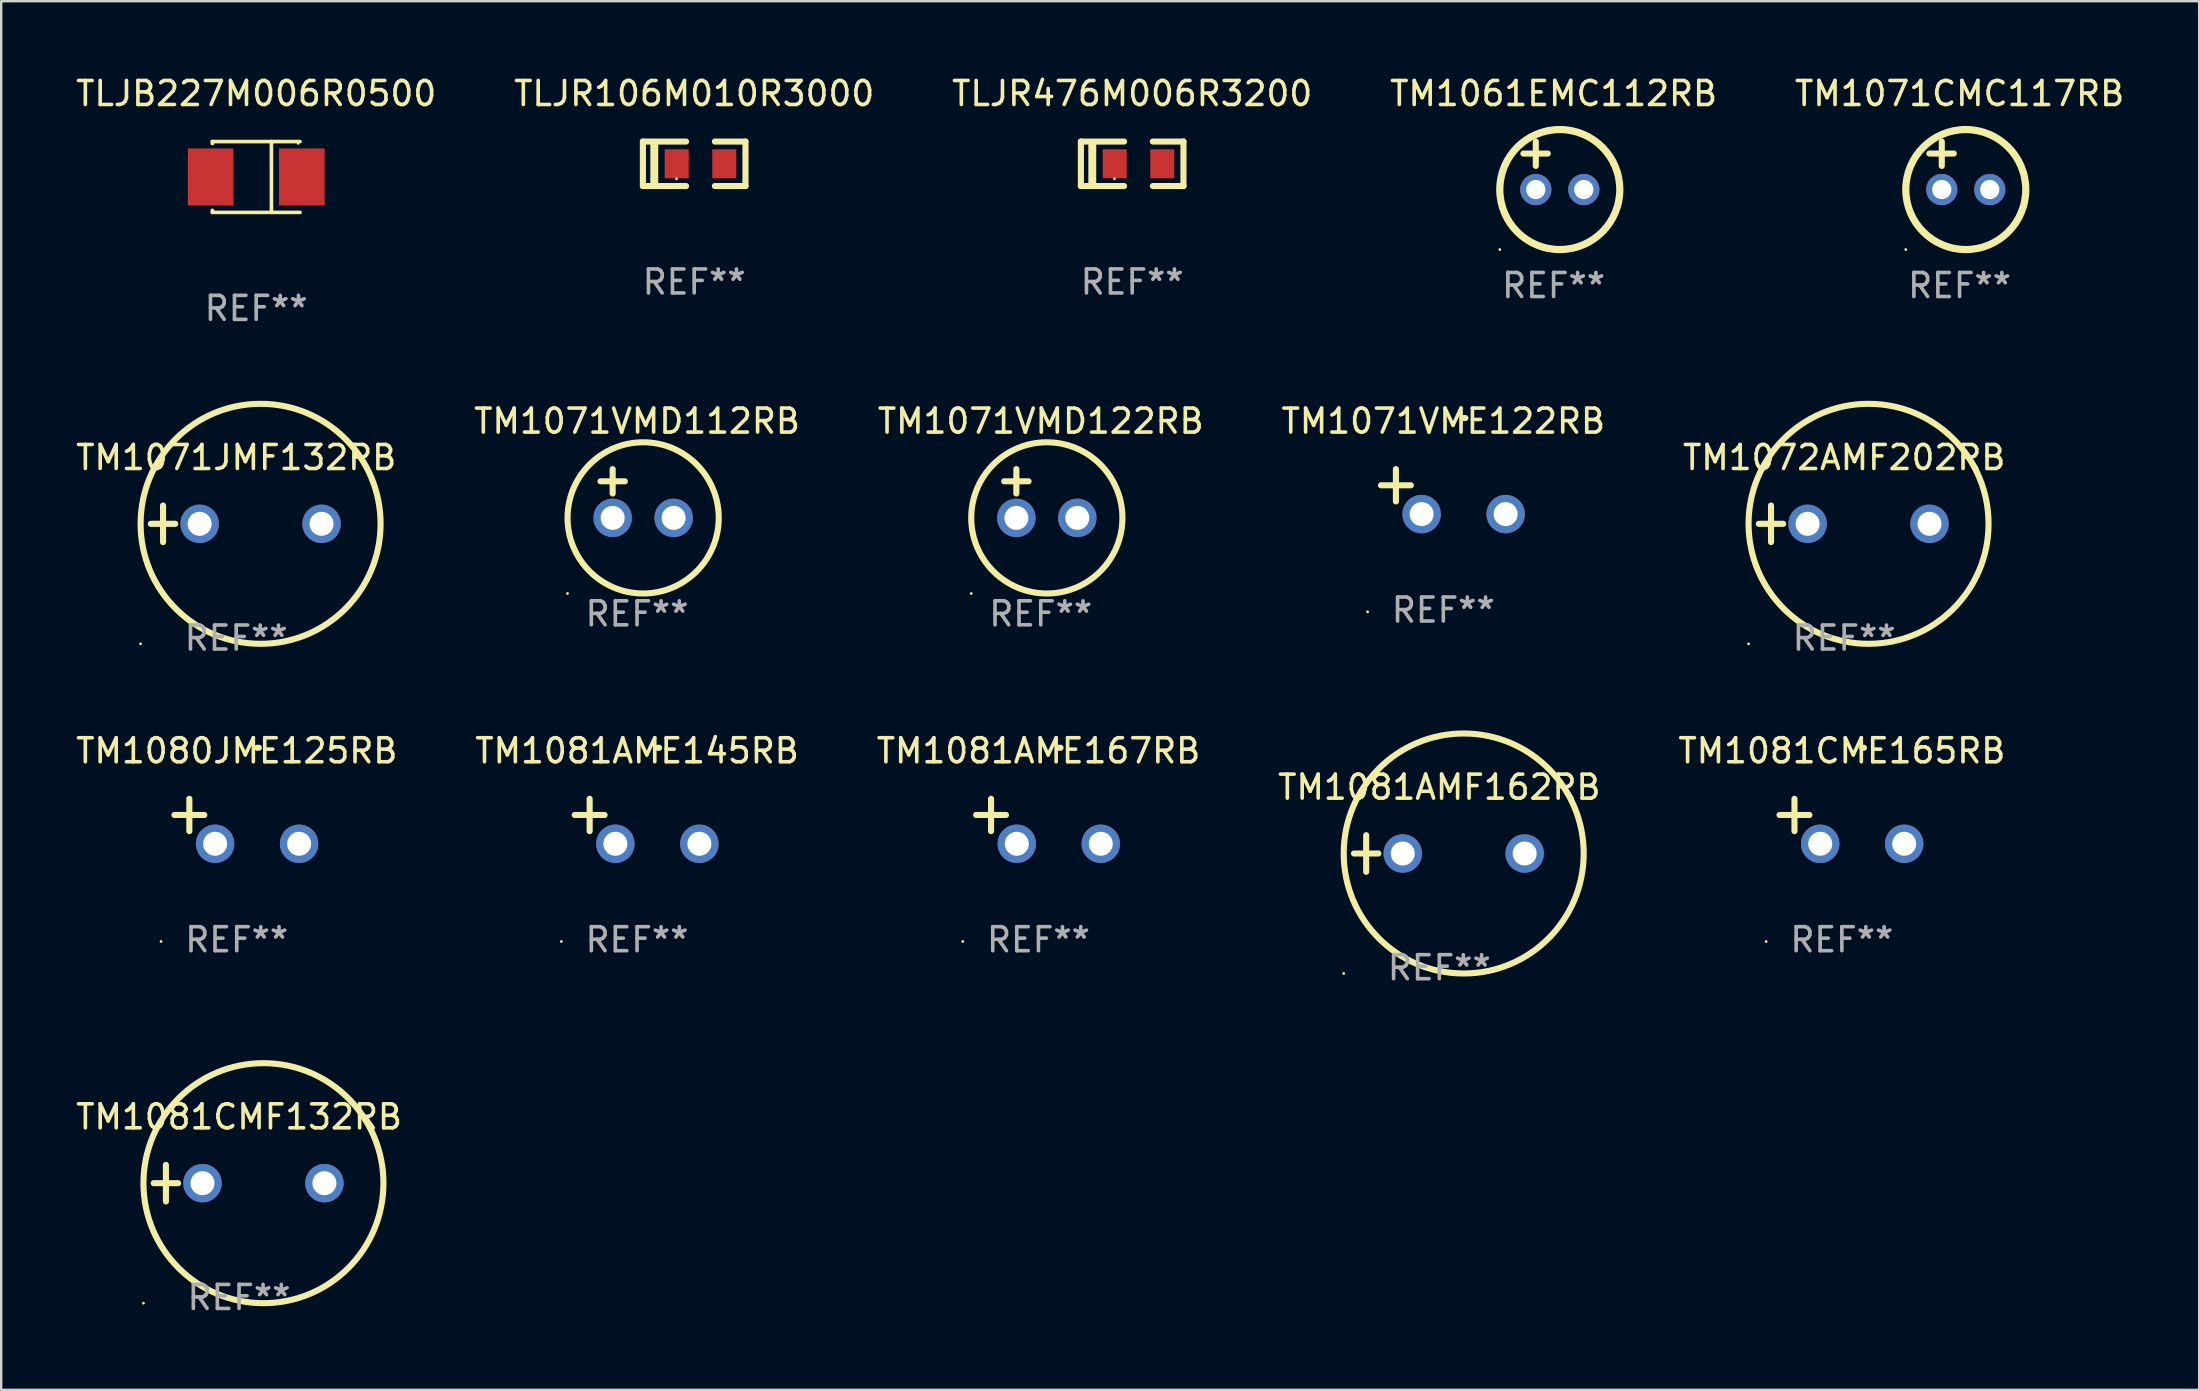
<source format=kicad_pcb>
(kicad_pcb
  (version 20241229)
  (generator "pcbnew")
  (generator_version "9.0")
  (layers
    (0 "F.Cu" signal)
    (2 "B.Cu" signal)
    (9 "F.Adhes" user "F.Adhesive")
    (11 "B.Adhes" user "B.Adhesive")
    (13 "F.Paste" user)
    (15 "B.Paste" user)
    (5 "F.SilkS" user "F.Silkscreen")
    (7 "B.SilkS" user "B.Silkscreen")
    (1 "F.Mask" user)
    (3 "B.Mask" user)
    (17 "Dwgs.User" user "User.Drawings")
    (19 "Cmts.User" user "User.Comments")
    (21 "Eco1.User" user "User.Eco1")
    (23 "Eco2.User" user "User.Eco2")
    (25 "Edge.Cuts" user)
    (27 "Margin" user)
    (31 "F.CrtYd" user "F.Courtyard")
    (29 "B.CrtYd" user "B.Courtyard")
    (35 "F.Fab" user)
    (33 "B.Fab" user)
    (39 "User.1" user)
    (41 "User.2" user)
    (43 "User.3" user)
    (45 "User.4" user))
  (footprint "TLJR476M006R3200"
    (layer "F.Cu")
    (at 44.125 3.775)
    (property "Reference" "TLJR476M006R3200" (at 0 -2.927 0) (layer "F.SilkS") (effects (font (size 1 1) (thickness 0.15))))
    (attr through_hole)
    (fp_line (start -2.137 0.927) (end -2.137 -0.927) (stroke (width 0.254) (type solid)) (layer "F.SilkS"))
    (fp_line (start -1.662 0.874) (end -1.662 -0.874) (stroke (width 0.33) (type solid)) (layer "F.SilkS"))
    (fp_line (start -0.337 -0.927) (end -2.137 -0.927) (stroke (width 0.254) (type solid)) (layer "F.SilkS"))
    (fp_line (start -0.337 0.927) (end -2.137 0.927) (stroke (width 0.254) (type solid)) (layer "F.SilkS"))
    (fp_line (start 0.862 0.927) (end 2.137 0.927) (stroke (width 0.254) (type solid)) (layer "F.SilkS"))
    (fp_line (start 2.137 -0.927) (end 0.862 -0.927) (stroke (width 0.254) (type solid)) (layer "F.SilkS"))
    (fp_line (start 2.137 0.927) (end 2.137 -0.927) (stroke (width 0.254) (type solid)) (layer "F.SilkS"))
    (fp_circle (center -0.737 0.625) (end -0.707 0.625) (stroke (width 0.06) (type solid)) (fill no) (layer "F.SilkS"))
    (fp_text user "REF**" (at 0 4.927 0) (layer "F.Fab") (effects (font (size 1 1) (thickness 0.15))))
    (pad "1" smd rect (at -0.728 0) (size 1 1.207) (layers "F.Cu" "F.Mask" "F.Paste"))
    (pad "2" smd rect (at 1.253 0) (size 1 1.207) (layers "F.Cu" "F.Mask" "F.Paste")))
  (footprint "TM1061EMC112RB"
    (layer "F.Cu")
    (at 61.685 3.848)
    (property "Reference" "TM1061EMC112RB" (at 0 -3 0) (layer "F.SilkS") (effects (font (size 1 1) (thickness 0.15))))
    (attr through_hole)
    (fp_line (start -1.258 -0.5) (end -0.242 -0.5) (stroke (width 0.254) (type solid)) (layer "F.SilkS"))
    (fp_line (start -0.742 -1) (end -0.742 0.016) (stroke (width 0.254) (type solid)) (layer "F.SilkS"))
    (fp_circle (center -2.242 3.5) (end -2.212 3.5) (stroke (width 0.06) (type solid)) (fill no) (layer "F.SilkS"))
    (fp_circle (center 0.258 1) (end 2.758 1) (stroke (width 0.3) (type solid)) (fill no) (layer "F.SilkS"))
    (fp_text user "REF**" (at 0 5 0) (layer "F.Fab") (effects (font (size 1 1) (thickness 0.15))))
    (pad "1" thru_hole circle (at -0.742 1) (size 1.3 1.3) (drill 0.8) (layers "*.Cu" "*.Mask"))
    (pad "2" thru_hole circle (at 1.258 1) (size 1.3 1.3) (drill 0.8) (layers "*.Cu" "*.Mask")))
  (footprint "TM1081AME145RB"
    (layer "F.Cu")
    (at 23.494 31.171)
    (property "Reference" "TM1081AME145RB" (at 0 -2.937 0) (layer "F.SilkS") (effects (font (size 1 1) (thickness 0.15))))
    (attr through_hole)
    (fp_line (start -1.975 0.41) (end -1.975 -0.937) (stroke (width 0.254) (type solid)) (layer "F.SilkS"))
    (fp_line (start -1.353 -0.263) (end -2.597 -0.263) (stroke (width 0.254) (type solid)) (layer "F.SilkS"))
    (fp_arc (start 0.849809 -3.063957) (mid 0.885369 -3.064114) (end 0.920929 -3.063957) (stroke (width 0.254001) (type solid)) (layer "F.SilkS"))
    (fp_circle (center -3.154 5.008) (end -3.124 5.008) (stroke (width 0.06) (type solid)) (fill no) (layer "F.SilkS"))
    (fp_text user "REF**" (at 0 4.937 0) (layer "F.Fab") (effects (font (size 1 1) (thickness 0.15))))
    (pad "1" thru_hole circle (at -0.903 0.937) (size 1.6 1.6) (drill 1) (layers "*.Cu" "*.Mask"))
    (pad "2" thru_hole circle (at 2.597 0.937) (size 1.6 1.6) (drill 1) (layers "*.Cu" "*.Mask")))
  (footprint "TM1071CMC117RB"
    (layer "F.Cu")
    (at 78.601 3.848)
    (property "Reference" "TM1071CMC117RB" (at 0 -3 0) (layer "F.SilkS") (effects (font (size 1 1) (thickness 0.15))))
    (attr through_hole)
    (fp_line (start -1.258 -0.5) (end -0.242 -0.5) (stroke (width 0.254) (type solid)) (layer "F.SilkS"))
    (fp_line (start -0.742 -1) (end -0.742 0.016) (stroke (width 0.254) (type solid)) (layer "F.SilkS"))
    (fp_circle (center -2.242 3.5) (end -2.212 3.5) (stroke (width 0.06) (type solid)) (fill no) (layer "F.SilkS"))
    (fp_circle (center 0.258 1) (end 2.758 1) (stroke (width 0.3) (type solid)) (fill no) (layer "F.SilkS"))
    (fp_text user "REF**" (at 0 5 0) (layer "F.Fab") (effects (font (size 1 1) (thickness 0.15))))
    (pad "1" thru_hole circle (at -0.742 1) (size 1.3 1.3) (drill 0.8) (layers "*.Cu" "*.Mask"))
    (pad "2" thru_hole circle (at 1.258 1) (size 1.3 1.3) (drill 0.8) (layers "*.Cu" "*.Mask")))
  (footprint "TM1081CMF132RB"
    (layer "F.Cu")
    (at 6.911 46.25)
    (property "Reference" "TM1081CMF132RB" (at 0 -2.762 0) (layer "F.SilkS") (effects (font (size 1 1) (thickness 0.15))))
    (attr through_hole)
    (fp_line (start -3.556 0) (end -2.54 0) (stroke (width 0.254) (type solid)) (layer "F.SilkS"))
    (fp_line (start -3.048 -0.762) (end -3.048 0.762) (stroke (width 0.254) (type solid)) (layer "F.SilkS"))
    (fp_circle (center -3.984 5) (end -3.954 5) (stroke (width 0.06) (type solid)) (fill no) (layer "F.SilkS"))
    (fp_circle (center 1.016 0) (end 6.016 0) (stroke (width 0.254) (type solid)) (fill no) (layer "F.SilkS"))
    (fp_text user "REF**" (at 0 4.762 0) (layer "F.Fab") (effects (font (size 1 1) (thickness 0.15))))
    (pad "1" thru_hole circle (at -1.524 0) (size 1.6 1.6) (drill 1) (layers "*.Cu" "*.Mask"))
    (pad "2" thru_hole circle (at 3.556 0) (size 1.6 1.6) (drill 1) (layers "*.Cu" "*.Mask")))
  (footprint "TM1072AMF202RB"
    (layer "F.Cu")
    (at 73.792 18.776)
    (property "Reference" "TM1072AMF202RB" (at 0 -2.762 0) (layer "F.SilkS") (effects (font (size 1 1) (thickness 0.15))))
    (attr through_hole)
    (fp_line (start -3.556 0) (end -2.54 0) (stroke (width 0.254) (type solid)) (layer "F.SilkS"))
    (fp_line (start -3.048 -0.762) (end -3.048 0.762) (stroke (width 0.254) (type solid)) (layer "F.SilkS"))
    (fp_circle (center -3.984 5) (end -3.954 5) (stroke (width 0.06) (type solid)) (fill no) (layer "F.SilkS"))
    (fp_circle (center 1.016 0) (end 6.016 0) (stroke (width 0.254) (type solid)) (fill no) (layer "F.SilkS"))
    (fp_text user "REF**" (at 0 4.762 0) (layer "F.Fab") (effects (font (size 1 1) (thickness 0.15))))
    (pad "1" thru_hole circle (at -1.524 0) (size 1.6 1.6) (drill 1) (layers "*.Cu" "*.Mask"))
    (pad "2" thru_hole circle (at 3.556 0) (size 1.6 1.6) (drill 1) (layers "*.Cu" "*.Mask")))
  (footprint "TM1081AMF162RB"
    (layer "F.Cu")
    (at 56.923 32.513)
    (property "Reference" "TM1081AMF162RB" (at 0 -2.762 0) (layer "F.SilkS") (effects (font (size 1 1) (thickness 0.15))))
    (attr through_hole)
    (fp_line (start -3.556 0) (end -2.54 0) (stroke (width 0.254) (type solid)) (layer "F.SilkS"))
    (fp_line (start -3.048 -0.762) (end -3.048 0.762) (stroke (width 0.254) (type solid)) (layer "F.SilkS"))
    (fp_circle (center -3.984 5) (end -3.954 5) (stroke (width 0.06) (type solid)) (fill no) (layer "F.SilkS"))
    (fp_circle (center 1.016 0) (end 6.016 0) (stroke (width 0.254) (type solid)) (fill no) (layer "F.SilkS"))
    (fp_text user "REF**" (at 0 4.762 0) (layer "F.Fab") (effects (font (size 1 1) (thickness 0.15))))
    (pad "1" thru_hole circle (at -1.524 0) (size 1.6 1.6) (drill 1) (layers "*.Cu" "*.Mask"))
    (pad "2" thru_hole circle (at 3.556 0) (size 1.6 1.6) (drill 1) (layers "*.Cu" "*.Mask")))
  (footprint "TM1081CME165RB"
    (layer "F.Cu")
    (at 73.696 31.171)
    (property "Reference" "TM1081CME165RB" (at 0 -2.937 0) (layer "F.SilkS") (effects (font (size 1 1) (thickness 0.15))))
    (attr through_hole)
    (fp_line (start -1.975 0.41) (end -1.975 -0.937) (stroke (width 0.254) (type solid)) (layer "F.SilkS"))
    (fp_line (start -1.353 -0.263) (end -2.597 -0.263) (stroke (width 0.254) (type solid)) (layer "F.SilkS"))
    (fp_arc (start 0.849809 -3.063957) (mid 0.885369 -3.064114) (end 0.920929 -3.063957) (stroke (width 0.254001) (type solid)) (layer "F.SilkS"))
    (fp_circle (center -3.154 5.008) (end -3.124 5.008) (stroke (width 0.06) (type solid)) (fill no) (layer "F.SilkS"))
    (fp_text user "REF**" (at 0 4.937 0) (layer "F.Fab") (effects (font (size 1 1) (thickness 0.15))))
    (pad "1" thru_hole circle (at -0.903 0.937) (size 1.6 1.6) (drill 1) (layers "*.Cu" "*.Mask"))
    (pad "2" thru_hole circle (at 2.597 0.937) (size 1.6 1.6) (drill 1) (layers "*.Cu" "*.Mask")))
  (footprint "TM1071JMF132RB"
    (layer "F.Cu")
    (at 6.792 18.776)
    (property "Reference" "TM1071JMF132RB" (at 0 -2.762 0) (layer "F.SilkS") (effects (font (size 1 1) (thickness 0.15))))
    (attr through_hole)
    (fp_line (start -3.556 0) (end -2.54 0) (stroke (width 0.254) (type solid)) (layer "F.SilkS"))
    (fp_line (start -3.048 -0.762) (end -3.048 0.762) (stroke (width 0.254) (type solid)) (layer "F.SilkS"))
    (fp_circle (center -3.984 5) (end -3.954 5) (stroke (width 0.06) (type solid)) (fill no) (layer "F.SilkS"))
    (fp_circle (center 1.016 0) (end 6.016 0) (stroke (width 0.254) (type solid)) (fill no) (layer "F.SilkS"))
    (fp_text user "REF**" (at 0 4.762 0) (layer "F.Fab") (effects (font (size 1 1) (thickness 0.15))))
    (pad "1" thru_hole circle (at -1.524 0) (size 1.6 1.6) (drill 1) (layers "*.Cu" "*.Mask"))
    (pad "2" thru_hole circle (at 3.556 0) (size 1.6 1.6) (drill 1) (layers "*.Cu" "*.Mask")))
  (footprint "TM1081AME167RB"
    (layer "F.Cu")
    (at 40.22 31.171)
    (property "Reference" "TM1081AME167RB" (at 0 -2.937 0) (layer "F.SilkS") (effects (font (size 1 1) (thickness 0.15))))
    (attr through_hole)
    (fp_line (start -1.975 0.41) (end -1.975 -0.937) (stroke (width 0.254) (type solid)) (layer "F.SilkS"))
    (fp_line (start -1.353 -0.263) (end -2.597 -0.263) (stroke (width 0.254) (type solid)) (layer "F.SilkS"))
    (fp_arc (start 0.849809 -3.063957) (mid 0.885369 -3.064114) (end 0.920929 -3.063957) (stroke (width 0.254001) (type solid)) (layer "F.SilkS"))
    (fp_circle (center -3.154 5.008) (end -3.124 5.008) (stroke (width 0.06) (type solid)) (fill no) (layer "F.SilkS"))
    (fp_text user "REF**" (at 0 4.937 0) (layer "F.Fab") (effects (font (size 1 1) (thickness 0.15))))
    (pad "1" thru_hole circle (at -0.903 0.937) (size 1.6 1.6) (drill 1) (layers "*.Cu" "*.Mask"))
    (pad "2" thru_hole circle (at 2.597 0.937) (size 1.6 1.6) (drill 1) (layers "*.Cu" "*.Mask")))
  (footprint "TM1071VME122RB"
    (layer "F.Cu")
    (at 57.089 17.434)
    (property "Reference" "TM1071VME122RB" (at 0 -2.937 0) (layer "F.SilkS") (effects (font (size 1 1) (thickness 0.15))))
    (attr through_hole)
    (fp_line (start -1.975 0.41) (end -1.975 -0.937) (stroke (width 0.254) (type solid)) (layer "F.SilkS"))
    (fp_line (start -1.353 -0.263) (end -2.597 -0.263) (stroke (width 0.254) (type solid)) (layer "F.SilkS"))
    (fp_arc (start 0.849809 -3.063957) (mid 0.885369 -3.064114) (end 0.920929 -3.063957) (stroke (width 0.254001) (type solid)) (layer "F.SilkS"))
    (fp_circle (center -3.154 5.008) (end -3.124 5.008) (stroke (width 0.06) (type solid)) (fill no) (layer "F.SilkS"))
    (fp_text user "REF**" (at 0 4.937 0) (layer "F.Fab") (effects (font (size 1 1) (thickness 0.15))))
    (pad "1" thru_hole circle (at -0.903 0.937) (size 1.6 1.6) (drill 1) (layers "*.Cu" "*.Mask"))
    (pad "2" thru_hole circle (at 2.597 0.937) (size 1.6 1.6) (drill 1) (layers "*.Cu" "*.Mask")))
  (footprint "TLJB227M006R0500"
    (layer "F.Cu")
    (at 7.625 4.324)
    (property "Reference" "TLJB227M006R0500" (at 0 -3.476 0) (layer "F.SilkS") (effects (font (size 1 1) (thickness 0.15))))
    (attr through_hole)
    (fp_line (start -1.826 -1.476) (end -1.826 -1.391) (stroke (width 0.152) (type solid)) (layer "F.SilkS"))
    (fp_line (start -1.826 -1.476) (end 1.826 -1.476) (stroke (width 0.152) (type solid)) (layer "F.SilkS"))
    (fp_line (start -1.826 1.476) (end -1.826 1.391) (stroke (width 0.152) (type solid)) (layer "F.SilkS"))
    (fp_line (start -1.826 1.476) (end 1.826 1.476) (stroke (width 0.152) (type solid)) (layer "F.SilkS"))
    (fp_line (start 0.635 -1.476) (end 0.635 1.476) (stroke (width 0.152) (type solid)) (layer "F.SilkS"))
    (fp_circle (center 1.75 -1.4) (end 1.78 -1.4) (stroke (width 0.06) (type solid)) (fill no) (layer "F.SilkS"))
    (fp_text user "REF**" (at 0 5.476 0) (layer "F.Fab") (effects (font (size 1 1) (thickness 0.15))))
    (pad "1" smd rect (at 1.899 0) (size 1.9 2.376) (layers "F.Cu" "F.Mask" "F.Paste"))
    (pad "2" smd rect (at -1.899 0) (size 1.9 2.376) (layers "F.Cu" "F.Mask" "F.Paste")))
  (footprint "TM1071VMD122RB"
    (layer "F.Cu")
    (at 40.315 17.513)
    (property "Reference" "TM1071VMD122RB" (at 0 -3.016 0) (layer "F.SilkS") (effects (font (size 1 1) (thickness 0.15))))
    (attr through_hole)
    (fp_line (start -1.524 -0.508) (end -0.508 -0.508) (stroke (width 0.254) (type solid)) (layer "F.SilkS"))
    (fp_line (start -1.016 -1.016) (end -1.016 0) (stroke (width 0.254) (type solid)) (layer "F.SilkS"))
    (fp_circle (center -2.896 4.166) (end -2.866 4.166) (stroke (width 0.06) (type solid)) (fill no) (layer "F.SilkS"))
    (fp_circle (center 0.254 1.016) (end 3.404 1.016) (stroke (width 0.254) (type solid)) (fill no) (layer "F.SilkS"))
    (fp_text user "REF**" (at 0 5.016 0) (layer "F.Fab") (effects (font (size 1 1) (thickness 0.15))))
    (pad "1" thru_hole circle (at -1.016 1.016) (size 1.6 1.6) (drill 1) (layers "*.Cu" "*.Mask"))
    (pad "2" thru_hole circle (at 1.524 1.016) (size 1.6 1.6) (drill 1) (layers "*.Cu" "*.Mask")))
  (footprint "TLJR106M010R3000"
    (layer "F.Cu")
    (at 25.875 3.775)
    (property "Reference" "TLJR106M010R3000" (at 0 -2.927 0) (layer "F.SilkS") (effects (font (size 1 1) (thickness 0.15))))
    (attr through_hole)
    (fp_line (start -2.137 0.927) (end -2.137 -0.927) (stroke (width 0.254) (type solid)) (layer "F.SilkS"))
    (fp_line (start -1.662 0.874) (end -1.662 -0.874) (stroke (width 0.33) (type solid)) (layer "F.SilkS"))
    (fp_line (start -0.337 -0.927) (end -2.137 -0.927) (stroke (width 0.254) (type solid)) (layer "F.SilkS"))
    (fp_line (start -0.337 0.927) (end -2.137 0.927) (stroke (width 0.254) (type solid)) (layer "F.SilkS"))
    (fp_line (start 0.862 0.927) (end 2.137 0.927) (stroke (width 0.254) (type solid)) (layer "F.SilkS"))
    (fp_line (start 2.137 -0.927) (end 0.862 -0.927) (stroke (width 0.254) (type solid)) (layer "F.SilkS"))
    (fp_line (start 2.137 0.927) (end 2.137 -0.927) (stroke (width 0.254) (type solid)) (layer "F.SilkS"))
    (fp_circle (center -0.737 0.625) (end -0.707 0.625) (stroke (width 0.06) (type solid)) (fill no) (layer "F.SilkS"))
    (fp_text user "REF**" (at 0 4.927 0) (layer "F.Fab") (effects (font (size 1 1) (thickness 0.15))))
    (pad "1" smd rect (at -0.728 0) (size 1 1.207) (layers "F.Cu" "F.Mask" "F.Paste"))
    (pad "2" smd rect (at 1.253 0) (size 1 1.207) (layers "F.Cu" "F.Mask" "F.Paste")))
  (footprint "TM1080JME125RB"
    (layer "F.Cu")
    (at 6.815 31.171)
    (property "Reference" "TM1080JME125RB" (at 0 -2.937 0) (layer "F.SilkS") (effects (font (size 1 1) (thickness 0.15))))
    (attr through_hole)
    (fp_line (start -1.975 0.41) (end -1.975 -0.937) (stroke (width 0.254) (type solid)) (layer "F.SilkS"))
    (fp_line (start -1.353 -0.263) (end -2.597 -0.263) (stroke (width 0.254) (type solid)) (layer "F.SilkS"))
    (fp_arc (start 0.849809 -3.063957) (mid 0.885369 -3.064114) (end 0.920929 -3.063957) (stroke (width 0.254001) (type solid)) (layer "F.SilkS"))
    (fp_circle (center -3.154 5.008) (end -3.124 5.008) (stroke (width 0.06) (type solid)) (fill no) (layer "F.SilkS"))
    (fp_text user "REF**" (at 0 4.937 0) (layer "F.Fab") (effects (font (size 1 1) (thickness 0.15))))
    (pad "1" thru_hole circle (at -0.903 0.937) (size 1.6 1.6) (drill 1) (layers "*.Cu" "*.Mask"))
    (pad "2" thru_hole circle (at 2.597 0.937) (size 1.6 1.6) (drill 1) (layers "*.Cu" "*.Mask")))
  (footprint "TM1071VMD112RB"
    (layer "F.Cu")
    (at 23.494 17.513)
    (property "Reference" "TM1071VMD112RB" (at 0 -3.016 0) (layer "F.SilkS") (effects (font (size 1 1) (thickness 0.15))))
    (attr through_hole)
    (fp_line (start -1.524 -0.508) (end -0.508 -0.508) (stroke (width 0.254) (type solid)) (layer "F.SilkS"))
    (fp_line (start -1.016 -1.016) (end -1.016 0) (stroke (width 0.254) (type solid)) (layer "F.SilkS"))
    (fp_circle (center -2.896 4.166) (end -2.866 4.166) (stroke (width 0.06) (type solid)) (fill no) (layer "F.SilkS"))
    (fp_circle (center 0.254 1.016) (end 3.404 1.016) (stroke (width 0.254) (type solid)) (fill no) (layer "F.SilkS"))
    (fp_text user "REF**" (at 0 5.016 0) (layer "F.Fab") (effects (font (size 1 1) (thickness 0.15))))
    (pad "1" thru_hole circle (at -1.016 1.016) (size 1.6 1.6) (drill 1) (layers "*.Cu" "*.Mask"))
    (pad "2" thru_hole circle (at 1.524 1.016) (size 1.6 1.6) (drill 1) (layers "*.Cu" "*.Mask")))
  (gr_rect
    (start -3 -3)
    (end 88.583 54.861)
    (stroke (width 0.1) (type default))
    (fill no)
    (layer "Edge.Cuts")))
</source>
